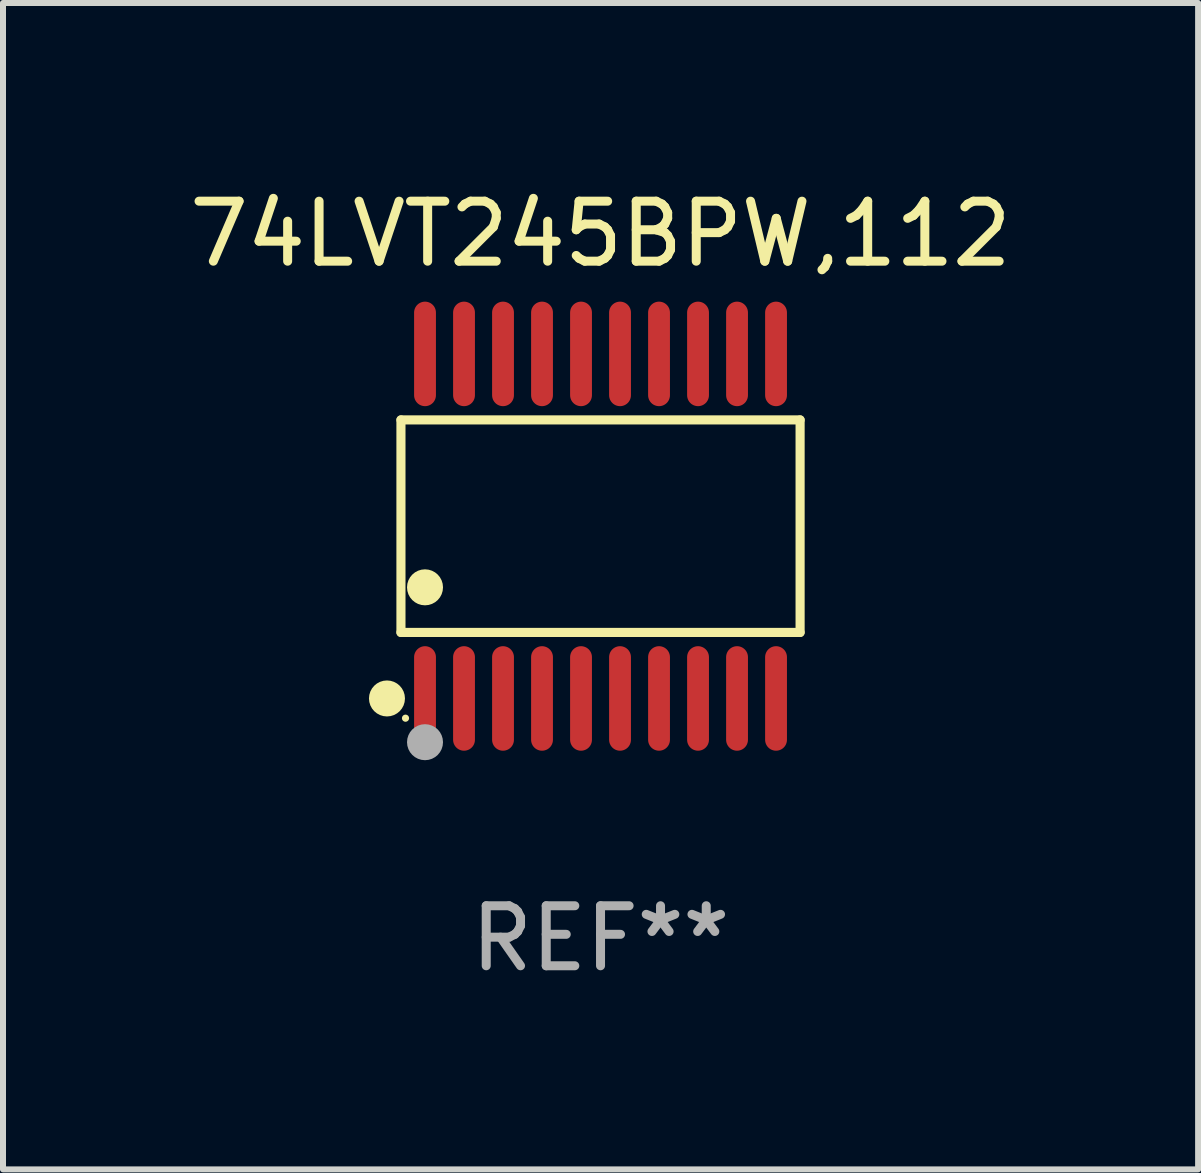
<source format=kicad_pcb>
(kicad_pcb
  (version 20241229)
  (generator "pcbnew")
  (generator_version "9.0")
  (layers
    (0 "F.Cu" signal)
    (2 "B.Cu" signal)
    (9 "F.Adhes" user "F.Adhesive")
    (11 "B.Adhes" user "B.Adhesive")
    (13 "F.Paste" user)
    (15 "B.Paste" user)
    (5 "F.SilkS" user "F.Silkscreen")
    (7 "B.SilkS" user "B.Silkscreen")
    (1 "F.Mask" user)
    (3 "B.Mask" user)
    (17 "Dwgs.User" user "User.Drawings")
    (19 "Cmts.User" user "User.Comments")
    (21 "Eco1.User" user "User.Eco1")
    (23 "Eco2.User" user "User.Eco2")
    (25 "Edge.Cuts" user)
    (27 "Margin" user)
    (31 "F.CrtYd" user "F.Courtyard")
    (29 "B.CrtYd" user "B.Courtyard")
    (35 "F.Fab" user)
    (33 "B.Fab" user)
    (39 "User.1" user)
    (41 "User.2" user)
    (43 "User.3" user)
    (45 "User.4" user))
  (footprint "74LVT245BPW,112"
    (layer "F.Cu")
    (at 6.958 5.719)
    (property "Reference" "74LVT245BPW,112" (at 0 -4.871 0) (layer "F.SilkS") (effects (font (size 1 1) (thickness 0.15))))
    (attr through_hole)
    (fp_line (start -3.326 -1.771) (end 3.326 -1.771) (stroke (width 0.152) (type solid)) (layer "F.SilkS"))
    (fp_line (start -3.326 1.771) (end -3.326 -1.771) (stroke (width 0.152) (type solid)) (layer "F.SilkS"))
    (fp_line (start 3.326 -1.771) (end 3.326 1.771) (stroke (width 0.152) (type solid)) (layer "F.SilkS"))
    (fp_line (start 3.326 1.771) (end -3.326 1.771) (stroke (width 0.152) (type solid)) (layer "F.SilkS"))
    (fp_circle (center -3.559 2.871) (end -3.409 2.871) (stroke (width 0.3) (type solid)) (fill no) (layer "F.SilkS"))
    (fp_circle (center -3.25 3.2) (end -3.22 3.2) (stroke (width 0.06) (type solid)) (fill no) (layer "F.SilkS"))
    (fp_circle (center -2.925 1.019) (end -2.775 1.019) (stroke (width 0.3) (type solid)) (fill no) (layer "F.SilkS"))
    (fp_circle (center -2.925 3.6) (end -2.775 3.6) (stroke (width 0.3) (type solid)) (fill no) (layer "F.Fab"))
    (fp_text user "REF**" (at 0 6.871 0) (layer "F.Fab") (effects (font (size 1 1) (thickness 0.15))))
    (pad "1" smd oval (at -2.925 2.871) (size 0.364 1.742) (layers "F.Cu" "F.Mask" "F.Paste"))
    (pad "2" smd oval (at -2.275 2.871) (size 0.364 1.742) (layers "F.Cu" "F.Mask" "F.Paste"))
    (pad "3" smd oval (at -1.625 2.871) (size 0.364 1.742) (layers "F.Cu" "F.Mask" "F.Paste"))
    (pad "4" smd oval (at -0.975 2.871) (size 0.364 1.742) (layers "F.Cu" "F.Mask" "F.Paste"))
    (pad "5" smd oval (at -0.325 2.871) (size 0.364 1.742) (layers "F.Cu" "F.Mask" "F.Paste"))
    (pad "6" smd oval (at 0.325 2.871) (size 0.364 1.742) (layers "F.Cu" "F.Mask" "F.Paste"))
    (pad "7" smd oval (at 0.975 2.871) (size 0.364 1.742) (layers "F.Cu" "F.Mask" "F.Paste"))
    (pad "8" smd oval (at 1.625 2.871) (size 0.364 1.742) (layers "F.Cu" "F.Mask" "F.Paste"))
    (pad "9" smd oval (at 2.275 2.871) (size 0.364 1.742) (layers "F.Cu" "F.Mask" "F.Paste"))
    (pad "10" smd oval (at 2.925 2.871) (size 0.364 1.742) (layers "F.Cu" "F.Mask" "F.Paste"))
    (pad "11" smd oval (at 2.925 -2.871) (size 0.364 1.742) (layers "F.Cu" "F.Mask" "F.Paste"))
    (pad "12" smd oval (at 2.275 -2.871) (size 0.364 1.742) (layers "F.Cu" "F.Mask" "F.Paste"))
    (pad "13" smd oval (at 1.625 -2.871) (size 0.364 1.742) (layers "F.Cu" "F.Mask" "F.Paste"))
    (pad "14" smd oval (at 0.975 -2.871) (size 0.364 1.742) (layers "F.Cu" "F.Mask" "F.Paste"))
    (pad "15" smd oval (at 0.325 -2.871) (size 0.364 1.742) (layers "F.Cu" "F.Mask" "F.Paste"))
    (pad "16" smd oval (at -0.325 -2.871) (size 0.364 1.742) (layers "F.Cu" "F.Mask" "F.Paste"))
    (pad "17" smd oval (at -0.975 -2.871) (size 0.364 1.742) (layers "F.Cu" "F.Mask" "F.Paste"))
    (pad "18" smd oval (at -1.625 -2.871) (size 0.364 1.742) (layers "F.Cu" "F.Mask" "F.Paste"))
    (pad "19" smd oval (at -2.275 -2.871) (size 0.364 1.742) (layers "F.Cu" "F.Mask" "F.Paste"))
    (pad "20" smd oval (at -2.925 -2.871) (size 0.364 1.742) (layers "F.Cu" "F.Mask" "F.Paste")))
  (gr_rect
    (start -3 -3)
    (end 16.917 16.438)
    (stroke (width 0.1) (type default))
    (fill no)
    (layer "Edge.Cuts")))
</source>
